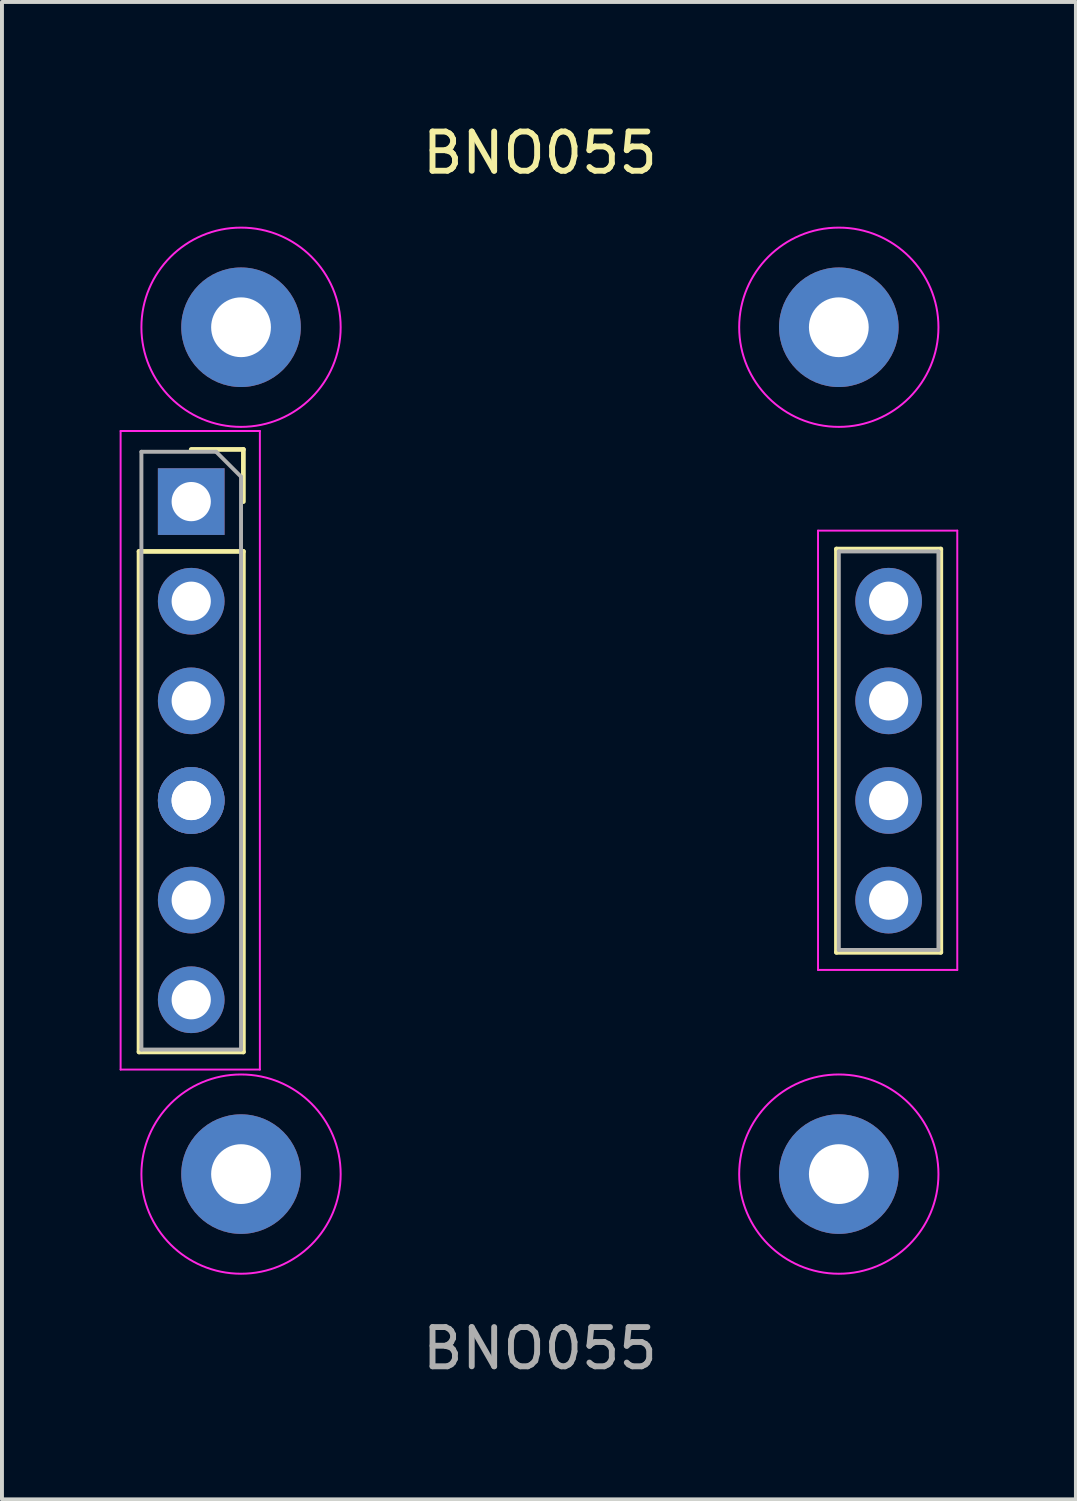
<source format=kicad_pcb>
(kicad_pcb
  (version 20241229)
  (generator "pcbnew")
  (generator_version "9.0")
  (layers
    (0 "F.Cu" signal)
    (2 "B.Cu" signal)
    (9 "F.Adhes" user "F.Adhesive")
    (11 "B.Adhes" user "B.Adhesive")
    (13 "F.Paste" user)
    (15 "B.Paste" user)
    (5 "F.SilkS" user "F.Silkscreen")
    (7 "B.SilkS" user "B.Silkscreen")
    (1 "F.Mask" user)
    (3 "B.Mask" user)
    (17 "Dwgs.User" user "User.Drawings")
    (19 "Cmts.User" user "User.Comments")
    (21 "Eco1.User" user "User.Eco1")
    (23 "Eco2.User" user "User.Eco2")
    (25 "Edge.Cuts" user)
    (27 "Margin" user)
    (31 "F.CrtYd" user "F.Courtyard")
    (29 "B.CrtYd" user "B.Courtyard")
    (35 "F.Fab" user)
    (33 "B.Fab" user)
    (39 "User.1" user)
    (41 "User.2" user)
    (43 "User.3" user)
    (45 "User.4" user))
  (footprint "BNO055"
    (layer "F.Cu")
    (at 10.715 16.088)
    (property "Reference" "BNO055" (at 0 -15.24 0) (unlocked yes) (layer "F.SilkS") (effects (font (size 1 1) (thickness 0.15))))
    (attr through_hole)
    (fp_line (start -10.22 -5.08) (end -10.22 7.68) (stroke (width 0.12) (type solid)) (layer "F.SilkS"))
    (fp_line (start -10.22 -5.08) (end -7.56 -5.08) (stroke (width 0.12) (type solid)) (layer "F.SilkS"))
    (fp_line (start -10.22 7.68) (end -7.56 7.68) (stroke (width 0.12) (type solid)) (layer "F.SilkS"))
    (fp_line (start -8.89 -7.68) (end -7.56 -7.68) (stroke (width 0.12) (type solid)) (layer "F.SilkS"))
    (fp_line (start -7.56 -7.68) (end -7.56 -6.35) (stroke (width 0.12) (type solid)) (layer "F.SilkS"))
    (fp_line (start -7.56 -5.08) (end -7.56 7.68) (stroke (width 0.12) (type solid)) (layer "F.SilkS"))
    (fp_line (start 7.56 -5.14) (end 7.56 5.14) (stroke (width 0.12) (type solid)) (layer "F.SilkS"))
    (fp_line (start 7.56 -5.14) (end 10.22 -5.14) (stroke (width 0.12) (type solid)) (layer "F.SilkS"))
    (fp_line (start 7.56 5.14) (end 10.22 5.14) (stroke (width 0.12) (type solid)) (layer "F.SilkS"))
    (fp_line (start 10.22 -5.14) (end 10.22 5.14) (stroke (width 0.12) (type solid)) (layer "F.SilkS"))
    (fp_line (start -10.69 -8.15) (end -7.14 -8.15) (stroke (width 0.05) (type solid)) (layer "F.CrtYd"))
    (fp_line (start -10.69 8.13) (end -10.69 -8.15) (stroke (width 0.05) (type solid)) (layer "F.CrtYd"))
    (fp_line (start -7.14 -8.15) (end -7.14 8.13) (stroke (width 0.05) (type solid)) (layer "F.CrtYd"))
    (fp_line (start -7.14 8.13) (end -10.69 8.13) (stroke (width 0.05) (type solid)) (layer "F.CrtYd"))
    (fp_line (start 7.09 -5.61) (end 10.64 -5.61) (stroke (width 0.05) (type solid)) (layer "F.CrtYd"))
    (fp_line (start 7.09 5.59) (end 7.09 -5.61) (stroke (width 0.05) (type solid)) (layer "F.CrtYd"))
    (fp_line (start 10.64 -5.61) (end 10.64 5.59) (stroke (width 0.05) (type solid)) (layer "F.CrtYd"))
    (fp_line (start 10.64 5.59) (end 7.09 5.59) (stroke (width 0.05) (type solid)) (layer "F.CrtYd"))
    (fp_circle (center -7.62 -10.795) (end -5.08 -10.795) (stroke (width 0.05) (type solid)) (fill no) (layer "F.CrtYd"))
    (fp_circle (center -7.62 10.795) (end -5.08 10.795) (stroke (width 0.05) (type solid)) (fill no) (layer "F.CrtYd"))
    (fp_circle (center 7.62 -10.795) (end 10.16 -10.795) (stroke (width 0.05) (type solid)) (fill no) (layer "F.CrtYd"))
    (fp_circle (center 7.62 10.795) (end 10.16 10.795) (stroke (width 0.05) (type solid)) (fill no) (layer "F.CrtYd"))
    (fp_line (start -10.16 -7.62) (end -8.255 -7.62) (stroke (width 0.1) (type solid)) (layer "F.Fab"))
    (fp_line (start -10.16 7.62) (end -10.16 -7.62) (stroke (width 0.1) (type solid)) (layer "F.Fab"))
    (fp_line (start -8.255 -7.62) (end -7.62 -6.985) (stroke (width 0.1) (type solid)) (layer "F.Fab"))
    (fp_line (start -7.62 -6.985) (end -7.62 7.62) (stroke (width 0.1) (type solid)) (layer "F.Fab"))
    (fp_line (start -7.62 7.62) (end -10.16 7.62) (stroke (width 0.1) (type solid)) (layer "F.Fab"))
    (fp_line (start 7.62 -5.08) (end 10.16 -5.08) (stroke (width 0.1) (type solid)) (layer "F.Fab"))
    (fp_line (start 7.62 5.08) (end 7.62 -5.08) (stroke (width 0.1) (type solid)) (layer "F.Fab"))
    (fp_line (start 10.16 -5.08) (end 10.16 5.08) (stroke (width 0.1) (type solid)) (layer "F.Fab"))
    (fp_line (start 10.16 5.08) (end 7.62 5.08) (stroke (width 0.1) (type solid)) (layer "F.Fab"))
    (fp_text user "" (at 8.89 0 0) (layer "F.Fab") (effects (font (size 1 1) (thickness 0.15))))
    (fp_text user "${REFERENCE}" (at 0 15.24 0) (unlocked yes) (layer "F.Fab") (effects (font (size 1 1) (thickness 0.15))))
    (fp_text user "" (at -8.89 -2.54 0) (layer "F.Fab") (effects (font (size 1 1) (thickness 0.15))))
    (pad "" np_thru_hole circle (at -7.62 -10.795) (size 3.048 3.048) (drill 1.524) (layers "*.Cu" "*.Mask"))
    (pad "" np_thru_hole circle (at -7.62 10.795) (size 3.048 3.048) (drill 1.524) (layers "*.Cu" "*.Mask"))
    (pad "" np_thru_hole circle (at 7.62 -10.795) (size 3.048 3.048) (drill 1.524) (layers "*.Cu" "*.Mask"))
    (pad "" np_thru_hole circle (at 7.62 10.795) (size 3.048 3.048) (drill 1.524) (layers "*.Cu" "*.Mask"))
    (pad "1" thru_hole rect (at -8.89 -6.35) (size 1.7 1.7) (drill 1) (layers "*.Cu" "*.Mask"))
    (pad "2" thru_hole circle (at -8.89 -3.81) (size 1.7 1.7) (drill 1) (layers "*.Cu" "*.Mask"))
    (pad "3" thru_hole circle (at -8.89 -1.27) (size 1.7 1.7) (drill 1) (layers "*.Cu" "*.Mask"))
    (pad "4" thru_hole circle (at -8.89 1.27) (size 1.7 1.7) (drill 1) (layers "*.Cu" "*.Mask"))
    (pad "4" thru_hole oval (at -8.89 1.27) (size 1.7 1.7) (drill 1) (layers "*.Cu" "*.Mask"))
    (pad "5" thru_hole circle (at -8.89 3.81) (size 1.7 1.7) (drill 1) (layers "*.Cu" "*.Mask"))
    (pad "6" thru_hole circle (at -8.89 6.35) (size 1.7 1.7) (drill 1) (layers "*.Cu" "*.Mask"))
    (pad "7" thru_hole circle (at 8.89 3.81 180) (size 1.7 1.7) (drill 1) (layers "*.Cu" "*.Mask"))
    (pad "8" thru_hole circle (at 8.89 1.27 180) (size 1.7 1.7) (drill 1) (layers "*.Cu" "*.Mask"))
    (pad "9" thru_hole circle (at 8.89 -1.27 180) (size 1.7 1.7) (drill 1) (layers "*.Cu" "*.Mask"))
    (pad "10" thru_hole circle (at 8.89 -3.81 180) (size 1.7 1.7) (drill 1) (layers "*.Cu" "*.Mask")))
  (gr_rect
    (start -3 -3)
    (end 24.38 35.176)
    (stroke (width 0.1) (type default))
    (fill no)
    (layer "Edge.Cuts")))
</source>
